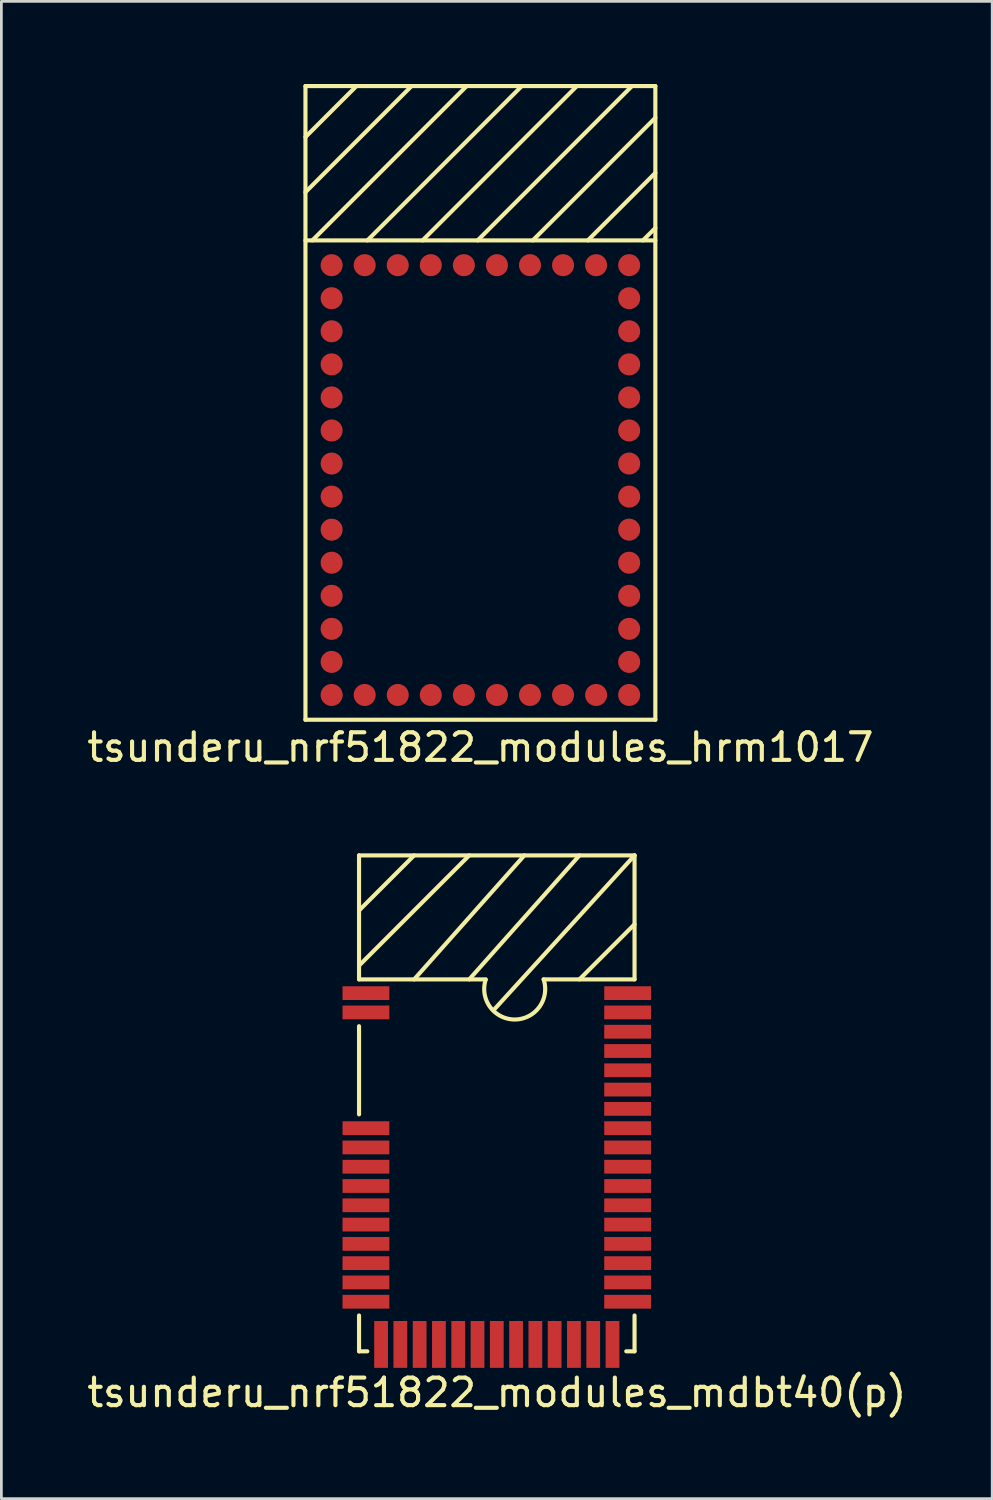
<source format=kicad_pcb>
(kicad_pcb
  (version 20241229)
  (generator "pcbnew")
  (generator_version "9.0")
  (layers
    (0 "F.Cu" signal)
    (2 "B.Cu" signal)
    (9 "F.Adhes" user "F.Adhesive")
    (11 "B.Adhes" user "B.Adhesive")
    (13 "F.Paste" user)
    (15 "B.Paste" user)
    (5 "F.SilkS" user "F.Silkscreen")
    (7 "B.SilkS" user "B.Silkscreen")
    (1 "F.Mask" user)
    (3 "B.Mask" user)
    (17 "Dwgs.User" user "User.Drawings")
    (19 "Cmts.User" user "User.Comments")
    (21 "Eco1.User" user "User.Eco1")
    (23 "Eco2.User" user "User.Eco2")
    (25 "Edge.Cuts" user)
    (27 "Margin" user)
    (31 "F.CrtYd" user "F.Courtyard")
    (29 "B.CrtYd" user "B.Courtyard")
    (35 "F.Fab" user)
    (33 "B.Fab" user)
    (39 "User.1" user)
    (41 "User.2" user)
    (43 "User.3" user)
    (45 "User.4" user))
  (footprint "tsunderu_nrf51822_modules_hrm1017"
    (layer "F.Cu")
    (at 14.387 11.575)
    (property "Reference" "tsunderu_nrf51822_modules_hrm1017" (at 0 12.5 0) (layer "F.SilkS") (effects (font (size 1 1) (thickness 0.15))))
    (attr through_hole)
    (fp_line (start -6.35 -11.5) (end 6.35 -11.5) (stroke (width 0.15) (type solid)) (layer "F.SilkS"))
    (fp_line (start -6.35 -5.9) (end 6.35 -5.9) (stroke (width 0.15) (type solid)) (layer "F.SilkS"))
    (fp_line (start -6.35 11.5) (end -6.35 -11.5) (stroke (width 0.15) (type solid)) (layer "F.SilkS"))
    (fp_line (start -4.5 -11.5) (end -6.35 -9.65) (stroke (width 0.15) (type solid)) (layer "F.SilkS"))
    (fp_line (start -2.5 -11.5) (end -6.35 -7.65) (stroke (width 0.15) (type solid)) (layer "F.SilkS"))
    (fp_line (start -0.5 -11.5) (end -6.1 -5.9) (stroke (width 0.15) (type solid)) (layer "F.SilkS"))
    (fp_line (start 1.5 -11.5) (end -4.1 -5.9) (stroke (width 0.15) (type solid)) (layer "F.SilkS"))
    (fp_line (start 1.9 -5.9) (end 6.35 -10.35) (stroke (width 0.15) (type solid)) (layer "F.SilkS"))
    (fp_line (start 3.5 -11.5) (end -2.1 -5.9) (stroke (width 0.15) (type solid)) (layer "F.SilkS"))
    (fp_line (start 3.9 -5.9) (end 6.35 -8.35) (stroke (width 0.15) (type solid)) (layer "F.SilkS"))
    (fp_line (start 5.5 -11.5) (end -0.1 -5.9) (stroke (width 0.15) (type solid)) (layer "F.SilkS"))
    (fp_line (start 5.9 -5.9) (end 6.35 -6.35) (stroke (width 0.15) (type solid)) (layer "F.SilkS"))
    (fp_line (start 6.35 -11.5) (end 6.35 11.5) (stroke (width 0.15) (type solid)) (layer "F.SilkS"))
    (fp_line (start 6.35 11.5) (end -6.35 11.5) (stroke (width 0.15) (type solid)) (layer "F.SilkS"))
    (pad "1" smd circle (at -5.4 -5) (size 0.8 0.8) (layers "F.Cu" "F.Mask" "F.Paste"))
    (pad "2" smd circle (at -5.4 -3.8) (size 0.8 0.8) (layers "F.Cu" "F.Mask" "F.Paste"))
    (pad "3" smd circle (at -5.4 -2.6) (size 0.8 0.8) (layers "F.Cu" "F.Mask" "F.Paste"))
    (pad "4" smd circle (at -5.4 -1.4) (size 0.8 0.8) (layers "F.Cu" "F.Mask" "F.Paste"))
    (pad "5" smd circle (at -5.4 -0.2) (size 0.8 0.8) (layers "F.Cu" "F.Mask" "F.Paste"))
    (pad "6" smd circle (at -5.4 1) (size 0.8 0.8) (layers "F.Cu" "F.Mask" "F.Paste"))
    (pad "7" smd circle (at -5.4 2.2) (size 0.8 0.8) (layers "F.Cu" "F.Mask" "F.Paste"))
    (pad "8" smd circle (at -5.4 3.4) (size 0.8 0.8) (layers "F.Cu" "F.Mask" "F.Paste"))
    (pad "9" smd circle (at -5.4 4.6) (size 0.8 0.8) (layers "F.Cu" "F.Mask" "F.Paste"))
    (pad "10" smd circle (at -5.4 5.8) (size 0.8 0.8) (layers "F.Cu" "F.Mask" "F.Paste"))
    (pad "11" smd circle (at -5.4 7) (size 0.8 0.8) (layers "F.Cu" "F.Mask" "F.Paste"))
    (pad "12" smd circle (at -5.4 8.2) (size 0.8 0.8) (layers "F.Cu" "F.Mask" "F.Paste"))
    (pad "13" smd circle (at -5.4 9.4) (size 0.8 0.8) (layers "F.Cu" "F.Mask" "F.Paste"))
    (pad "14" smd circle (at -5.4 10.6) (size 0.8 0.8) (layers "F.Cu" "F.Mask" "F.Paste"))
    (pad "15" smd circle (at -4.2 10.6) (size 0.8 0.8) (layers "F.Cu" "F.Mask" "F.Paste"))
    (pad "16" smd circle (at -3 10.6) (size 0.8 0.8) (layers "F.Cu" "F.Mask" "F.Paste"))
    (pad "17" smd circle (at -1.8 10.6) (size 0.8 0.8) (layers "F.Cu" "F.Mask" "F.Paste"))
    (pad "18" smd circle (at -0.6 10.6) (size 0.8 0.8) (layers "F.Cu" "F.Mask" "F.Paste"))
    (pad "19" smd circle (at 0.6 10.6) (size 0.8 0.8) (layers "F.Cu" "F.Mask" "F.Paste"))
    (pad "20" smd circle (at 1.8 10.6) (size 0.8 0.8) (layers "F.Cu" "F.Mask" "F.Paste"))
    (pad "21" smd circle (at 3 10.6) (size 0.8 0.8) (layers "F.Cu" "F.Mask" "F.Paste"))
    (pad "22" smd circle (at 4.2 10.6) (size 0.8 0.8) (layers "F.Cu" "F.Mask" "F.Paste"))
    (pad "23" smd circle (at 5.4 10.6) (size 0.8 0.8) (layers "F.Cu" "F.Mask" "F.Paste"))
    (pad "24" smd circle (at 5.4 9.4) (size 0.8 0.8) (layers "F.Cu" "F.Mask" "F.Paste"))
    (pad "25" smd circle (at 5.4 8.2) (size 0.8 0.8) (layers "F.Cu" "F.Mask" "F.Paste"))
    (pad "26" smd circle (at 5.4 7) (size 0.8 0.8) (layers "F.Cu" "F.Mask" "F.Paste"))
    (pad "27" smd circle (at 5.4 5.8) (size 0.8 0.8) (layers "F.Cu" "F.Mask" "F.Paste"))
    (pad "28" smd circle (at 5.4 4.6) (size 0.8 0.8) (layers "F.Cu" "F.Mask" "F.Paste"))
    (pad "29" smd circle (at 5.4 3.4) (size 0.8 0.8) (layers "F.Cu" "F.Mask" "F.Paste"))
    (pad "30" smd circle (at 5.4 2.2) (size 0.8 0.8) (layers "F.Cu" "F.Mask" "F.Paste"))
    (pad "31" smd circle (at 5.4 1) (size 0.8 0.8) (layers "F.Cu" "F.Mask" "F.Paste"))
    (pad "32" smd circle (at 5.4 -0.2) (size 0.8 0.8) (layers "F.Cu" "F.Mask" "F.Paste"))
    (pad "33" smd circle (at 5.4 -1.4) (size 0.8 0.8) (layers "F.Cu" "F.Mask" "F.Paste"))
    (pad "34" smd circle (at 5.4 -2.6) (size 0.8 0.8) (layers "F.Cu" "F.Mask" "F.Paste"))
    (pad "35" smd circle (at 5.4 -3.8) (size 0.8 0.8) (layers "F.Cu" "F.Mask" "F.Paste"))
    (pad "36" smd circle (at 5.4 -5) (size 0.8 0.8) (layers "F.Cu" "F.Mask" "F.Paste"))
    (pad "37" smd circle (at 4.2 -5) (size 0.8 0.8) (layers "F.Cu" "F.Mask" "F.Paste"))
    (pad "38" smd circle (at 3 -5) (size 0.8 0.8) (layers "F.Cu" "F.Mask" "F.Paste"))
    (pad "39" smd circle (at 1.8 -5) (size 0.8 0.8) (layers "F.Cu" "F.Mask" "F.Paste"))
    (pad "40" smd circle (at 0.6 -5) (size 0.8 0.8) (layers "F.Cu" "F.Mask" "F.Paste"))
    (pad "41" smd circle (at -0.6 -5) (size 0.8 0.8) (layers "F.Cu" "F.Mask" "F.Paste"))
    (pad "42" smd circle (at -1.8 -5) (size 0.8 0.8) (layers "F.Cu" "F.Mask" "F.Paste"))
    (pad "43" smd circle (at -3 -5) (size 0.8 0.8) (layers "F.Cu" "F.Mask" "F.Paste"))
    (pad "44" smd circle (at -4.2 -5) (size 0.8 0.8) (layers "F.Cu" "F.Mask" "F.Paste")))
  (footprint "tsunderu_nrf51822_modules_mdbt40(p)"
    (layer "F.Cu")
    (at 14.982 36.998)
    (property "Reference" "tsunderu_nrf51822_modules_mdbt40(p)" (at 0 10.5 0) (layer "F.SilkS") (effects (font (size 1 1) (thickness 0.15))))
    (attr through_hole)
    (fp_line (start -5 -9) (end 5 -9) (stroke (width 0.15) (type solid)) (layer "F.SilkS"))
    (fp_line (start -5 -4.5) (end -5 -9) (stroke (width 0.15) (type solid)) (layer "F.SilkS"))
    (fp_line (start -5 -4.5) (end -0.4 -4.5) (stroke (width 0.15) (type solid)) (layer "F.SilkS"))
    (fp_line (start -5 0.4) (end -5 -2.8) (stroke (width 0.15) (type solid)) (layer "F.SilkS"))
    (fp_line (start -5 9) (end -5 7.7) (stroke (width 0.15) (type solid)) (layer "F.SilkS"))
    (fp_line (start -4.7 9) (end -5 9) (stroke (width 0.15) (type solid)) (layer "F.SilkS"))
    (fp_line (start -3 -9) (end -5 -7) (stroke (width 0.15) (type solid)) (layer "F.SilkS"))
    (fp_line (start -1 -9) (end -5 -5) (stroke (width 0.15) (type solid)) (layer "F.SilkS"))
    (fp_line (start -1 -4.5) (end 3 -9) (stroke (width 0.15) (type solid)) (layer "F.SilkS"))
    (fp_line (start 1 -9) (end -3 -4.5) (stroke (width 0.15) (type solid)) (layer "F.SilkS"))
    (fp_line (start 1.7 -4.5) (end 5 -4.5) (stroke (width 0.15) (type solid)) (layer "F.SilkS"))
    (fp_line (start 5 -9) (end -0.1 -3.4) (stroke (width 0.15) (type solid)) (layer "F.SilkS"))
    (fp_line (start 5 -6.5) (end 3 -4.5) (stroke (width 0.15) (type solid)) (layer "F.SilkS"))
    (fp_line (start 5 -4.5) (end 5 -9) (stroke (width 0.15) (type solid)) (layer "F.SilkS"))
    (fp_line (start 5 7.7) (end 5 9) (stroke (width 0.15) (type solid)) (layer "F.SilkS"))
    (fp_line (start 5 9) (end 4.7 9) (stroke (width 0.15) (type solid)) (layer "F.SilkS"))
    (fp_arc (start 1.7 -4.5) (mid 0.658402 -3.043235) (end -0.405193 -4.484019) (stroke (width 0.15) (type solid)) (layer "F.SilkS"))
    (pad "1" smd rect (at -4.75 -4) (size 1.7 0.5) (layers "F.Cu" "F.Mask" "F.Paste"))
    (pad "2" smd rect (at -4.75 -3.3) (size 1.7 0.5) (layers "F.Cu" "F.Mask" "F.Paste"))
    (pad "3" smd rect (at -4.75 0.9) (size 1.7 0.5) (layers "F.Cu" "F.Mask" "F.Paste"))
    (pad "4" smd rect (at -4.75 1.6) (size 1.7 0.5) (layers "F.Cu" "F.Mask" "F.Paste"))
    (pad "5" smd rect (at -4.75 2.3) (size 1.7 0.5) (layers "F.Cu" "F.Mask" "F.Paste"))
    (pad "6" smd rect (at -4.75 3) (size 1.7 0.5) (layers "F.Cu" "F.Mask" "F.Paste"))
    (pad "7" smd rect (at -4.75 3.7) (size 1.7 0.5) (layers "F.Cu" "F.Mask" "F.Paste"))
    (pad "8" smd rect (at -4.75 4.4) (size 1.7 0.5) (layers "F.Cu" "F.Mask" "F.Paste"))
    (pad "9" smd rect (at -4.75 5.1) (size 1.7 0.5) (layers "F.Cu" "F.Mask" "F.Paste"))
    (pad "10" smd rect (at -4.75 5.8) (size 1.7 0.5) (layers "F.Cu" "F.Mask" "F.Paste"))
    (pad "11" smd rect (at -4.75 6.5) (size 1.7 0.5) (layers "F.Cu" "F.Mask" "F.Paste"))
    (pad "12" smd rect (at -4.75 7.2) (size 1.7 0.5) (layers "F.Cu" "F.Mask" "F.Paste"))
    (pad "13" smd rect (at -4.2 8.75) (size 0.5 1.7) (layers "F.Cu" "F.Mask" "F.Paste"))
    (pad "14" smd rect (at -3.5 8.75) (size 0.5 1.7) (layers "F.Cu" "F.Mask" "F.Paste"))
    (pad "15" smd rect (at -2.8 8.75) (size 0.5 1.7) (layers "F.Cu" "F.Mask" "F.Paste"))
    (pad "16" smd rect (at -2.1 8.75) (size 0.5 1.7) (layers "F.Cu" "F.Mask" "F.Paste"))
    (pad "17" smd rect (at -1.4 8.75) (size 0.5 1.7) (layers "F.Cu" "F.Mask" "F.Paste"))
    (pad "18" smd rect (at -0.7 8.75) (size 0.5 1.7) (layers "F.Cu" "F.Mask" "F.Paste"))
    (pad "19" smd rect (at 0 8.75) (size 0.5 1.7) (layers "F.Cu" "F.Mask" "F.Paste"))
    (pad "20" smd rect (at 0.7 8.75) (size 0.5 1.7) (layers "F.Cu" "F.Mask" "F.Paste"))
    (pad "21" smd rect (at 1.4 8.75) (size 0.5 1.7) (layers "F.Cu" "F.Mask" "F.Paste"))
    (pad "22" smd rect (at 2.1 8.75) (size 0.5 1.7) (layers "F.Cu" "F.Mask" "F.Paste"))
    (pad "23" smd rect (at 2.8 8.75) (size 0.5 1.7) (layers "F.Cu" "F.Mask" "F.Paste"))
    (pad "24" smd rect (at 3.5 8.75) (size 0.5 1.7) (layers "F.Cu" "F.Mask" "F.Paste"))
    (pad "25" smd rect (at 4.2 8.75) (size 0.5 1.7) (layers "F.Cu" "F.Mask" "F.Paste"))
    (pad "26" smd rect (at 4.75 7.2) (size 1.7 0.5) (layers "F.Cu" "F.Mask" "F.Paste"))
    (pad "27" smd rect (at 4.75 6.5) (size 1.7 0.5) (layers "F.Cu" "F.Mask" "F.Paste"))
    (pad "28" smd rect (at 4.75 5.8) (size 1.7 0.5) (layers "F.Cu" "F.Mask" "F.Paste"))
    (pad "29" smd rect (at 4.75 5.1) (size 1.7 0.5) (layers "F.Cu" "F.Mask" "F.Paste"))
    (pad "30" smd rect (at 4.75 4.4) (size 1.7 0.5) (layers "F.Cu" "F.Mask" "F.Paste"))
    (pad "31" smd rect (at 4.75 3.7) (size 1.7 0.5) (layers "F.Cu" "F.Mask" "F.Paste"))
    (pad "32" smd rect (at 4.75 3) (size 1.7 0.5) (layers "F.Cu" "F.Mask" "F.Paste"))
    (pad "33" smd rect (at 4.75 2.3) (size 1.7 0.5) (layers "F.Cu" "F.Mask" "F.Paste"))
    (pad "34" smd rect (at 4.75 1.6) (size 1.7 0.5) (layers "F.Cu" "F.Mask" "F.Paste"))
    (pad "35" smd rect (at 4.75 0.9) (size 1.7 0.5) (layers "F.Cu" "F.Mask" "F.Paste"))
    (pad "36" smd rect (at 4.75 0.2) (size 1.7 0.5) (layers "F.Cu" "F.Mask" "F.Paste"))
    (pad "37" smd rect (at 4.75 -0.5) (size 1.7 0.5) (layers "F.Cu" "F.Mask" "F.Paste"))
    (pad "38" smd rect (at 4.75 -1.2) (size 1.7 0.5) (layers "F.Cu" "F.Mask" "F.Paste"))
    (pad "39" smd rect (at 4.75 -1.9) (size 1.7 0.5) (layers "F.Cu" "F.Mask" "F.Paste"))
    (pad "40" smd rect (at 4.75 -2.6) (size 1.7 0.5) (layers "F.Cu" "F.Mask" "F.Paste"))
    (pad "41" smd rect (at 4.75 -3.3) (size 1.7 0.5) (layers "F.Cu" "F.Mask" "F.Paste"))
    (pad "42" smd rect (at 4.75 -4) (size 1.7 0.5) (layers "F.Cu" "F.Mask" "F.Paste")))
  (gr_rect
    (start -3 -3)
    (end 32.964 51.346)
    (stroke (width 0.1) (type default))
    (fill no)
    (layer "Edge.Cuts")))
</source>
